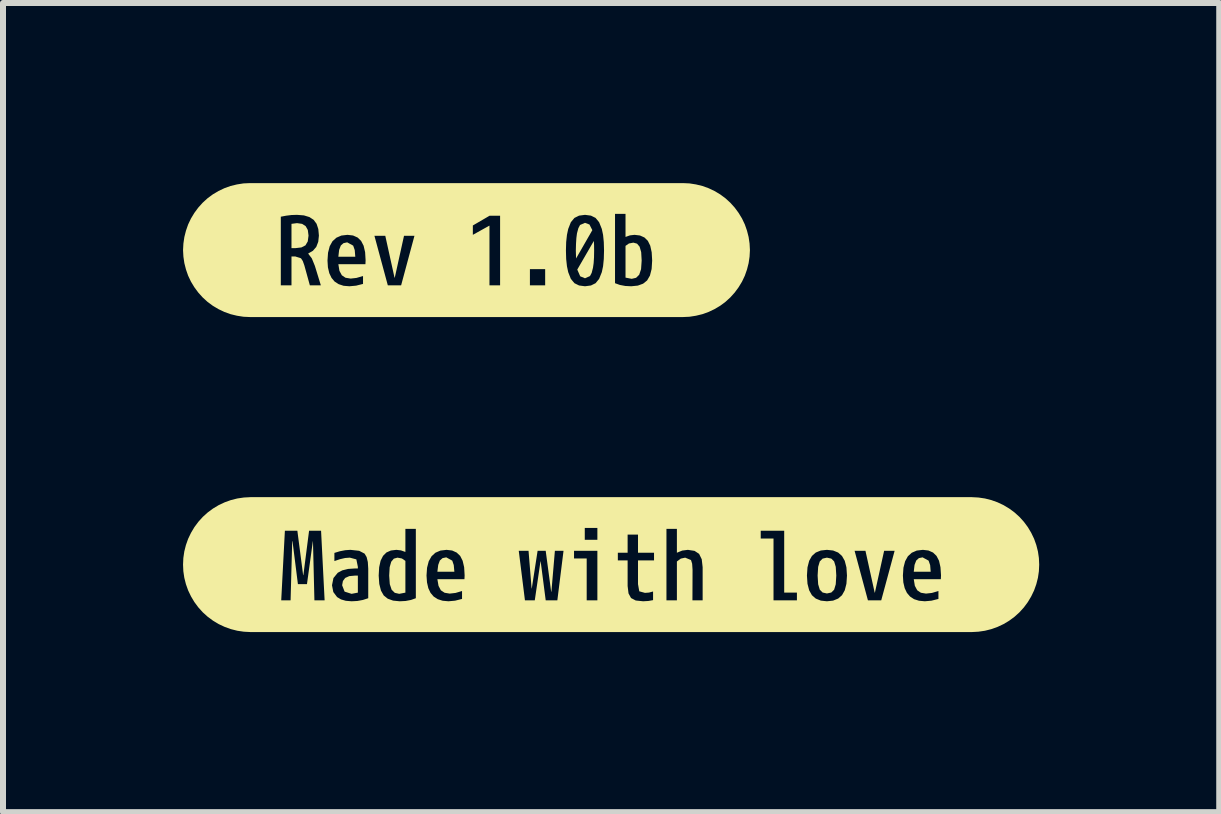
<source format=kicad_pcb>
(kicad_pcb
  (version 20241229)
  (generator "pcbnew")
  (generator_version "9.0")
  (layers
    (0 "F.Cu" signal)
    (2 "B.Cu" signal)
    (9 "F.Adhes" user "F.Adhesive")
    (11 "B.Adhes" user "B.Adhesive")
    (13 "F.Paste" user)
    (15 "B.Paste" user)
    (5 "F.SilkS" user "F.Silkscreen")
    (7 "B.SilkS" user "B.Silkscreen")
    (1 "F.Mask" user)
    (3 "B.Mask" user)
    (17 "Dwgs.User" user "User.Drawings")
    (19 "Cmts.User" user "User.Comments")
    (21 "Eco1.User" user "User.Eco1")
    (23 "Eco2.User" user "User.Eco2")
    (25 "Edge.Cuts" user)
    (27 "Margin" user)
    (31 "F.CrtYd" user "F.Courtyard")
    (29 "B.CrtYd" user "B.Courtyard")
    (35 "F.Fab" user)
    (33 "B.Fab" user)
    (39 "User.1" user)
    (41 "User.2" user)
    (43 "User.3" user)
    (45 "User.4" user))
  (footprint "kibuzzard-6302439D"
    (layer "F.Cu")
    (at 7.133 6.358)
    (property "Reference" "kibuzzard-6302439D" (at 0 -1.124 0) (layer "F.SilkS") (effects (font (size 0.001 0.001) (thickness 0.000003))))
    (attr board_only exclude_from_pos_files exclude_from_bom)
    (fp_poly (pts (xy -2.895 0.119) (xy -2.612 0.119) (xy -2.622 0.008) (xy -2.647 -0.066) (xy -2.747 -0.121) (xy -2.809 -0.108) (xy -2.854 -0.068) (xy -2.881 0.005) (xy -2.895 0.119)) (stroke (width 0) (type solid)) (fill yes) (layer "F.SilkS"))
    (fp_poly (pts (xy 5.043 0.119) (xy 5.325 0.119) (xy 5.316 0.008) (xy 5.29 -0.066) (xy 5.19 -0.121) (xy 5.128 -0.108) (xy 5.084 -0.068) (xy 5.056 0.005) (xy 5.043 0.119)) (stroke (width 0) (type solid)) (fill yes) (layer "F.SilkS"))
    (fp_poly (pts (xy -4.22 0.183) (xy -4.265 0.183) (xy -4.363 0.192) (xy -4.431 0.222) (xy -4.469 0.273) (xy -4.482 0.344) (xy -4.441 0.45) (xy -4.325 0.487) (xy -4.22 0.467) (xy -4.22 0.183)) (stroke (width 0) (type solid)) (fill yes) (layer "F.SilkS"))
    (fp_poly (pts (xy -3.531 0.487) (xy -3.428 0.467) (xy -3.428 -0.062) (xy -3.486 -0.102) (xy -3.56 -0.116) (xy -3.621 -0.099) (xy -3.664 -0.048) (xy -3.69 0.043) (xy -3.698 0.183) (xy -3.688 0.326) (xy -3.657 0.419) (xy -3.605 0.47) (xy -3.531 0.487)) (stroke (width 0) (type solid)) (fill yes) (layer "F.SilkS"))
    (fp_poly (pts (xy 3.477 0.418) (xy 3.524 0.465) (xy 3.596 0.481) (xy 3.669 0.465) (xy 3.716 0.418) (xy 3.743 0.328) (xy 3.752 0.183) (xy 3.743 0.037) (xy 3.716 -0.053) (xy 3.669 -0.1) (xy 3.596 -0.116) (xy 3.524 -0.1) (xy 3.477 -0.053) (xy 3.45 0.037) (xy 3.441 0.183) (xy 3.45 0.328) (xy 3.477 0.418)) (stroke (width 0) (type solid)) (fill yes) (layer "F.SilkS"))
    (fp_poly (pts (xy -5.497 -1.124) (xy -5.436 -0.564) (xy -5.228 -0.564) (xy -5.132 0.175) (xy -5.128 0.175) (xy -5.033 -0.564) (xy -4.833 -0.564) (xy -4.344 -0.246) (xy -4.198 -0.23) (xy -4.108 -0.183) (xy -4.074 -0.126) (xy -4.054 -0.043) (xy -4.047 0.068) (xy -3.873 0.183) (xy -3.865 0.044) (xy -3.841 -0.065) (xy -3.8 -0.146) (xy -3.744 -0.202) (xy -3.67 -0.235) (xy -3.579 -0.246) (xy -3.502 -0.237) (xy -3.428 -0.211) (xy -3.428 -0.595) (xy -3.254 -0.595) (xy -3.039 -0.056) (xy -2.992 -0.139) (xy -2.928 -0.198) (xy -2.844 -0.234) (xy -2.742 -0.246) (xy -2.649 -0.235) (xy -2.574 -0.201) (xy -2.515 -0.145) (xy -2.474 -0.064) (xy -2.449 0.044) (xy -2.441 0.179) (xy -2.444 0.243) (xy -2.895 0.243) (xy -2.876 0.354) (xy -2.837 0.428) (xy -2.775 0.469) (xy -2.69 0.483) (xy -2.592 0.472) (xy -2.484 0.44) (xy -1.436 0.595) (xy -1.539 -0.23) (xy -1.376 -0.23) (xy -1.325 0.397) (xy -1.322 0.397) (xy -1.225 -0.23) (xy -1.09 -0.23) (xy -0.999 0.452) (xy -0.995 0.452) (xy -0.937 -0.23) (xy -0.793 -0.23) (xy -0.896 0.595) (xy -1.09 0.595) (xy -1.174 -0.054) (xy -1.177 -0.054) (xy -1.272 0.595) (xy -1.436 0.595) (xy -2.484 0.44) (xy -2.484 0.572) (xy -2.6 0.601) (xy -2.711 0.611) (xy -2.808 0.602) (xy -2.889 0.576) (xy -2.957 0.532) (xy -3.009 0.471) (xy -3.046 0.393) (xy -3.068 0.296) (xy -3.076 0.183) (xy -3.067 0.052) (xy -3.039 -0.056) (xy -3.254 -0.595) (xy -3.254 0.56) (xy -3.335 0.589) (xy -3.425 0.606) (xy -3.523 0.611) (xy -3.633 0.6) (xy -3.722 0.568) (xy -3.789 0.514) (xy -3.835 0.433) (xy -3.863 0.323) (xy -3.873 0.183) (xy -4.047 0.068) (xy -4.047 0.56) (xy -4.136 0.589) (xy -4.229 0.606) (xy -4.325 0.611) (xy -4.421 0.603) (xy -4.501 0.58) (xy -4.566 0.541) (xy -4.629 0.457) (xy -4.651 0.344) (xy -4.627 0.224) (xy -4.555 0.136) (xy -4.48 0.096) (xy -4.383 0.072) (xy -4.265 0.064) (xy -4.22 0.064) (xy -4.22 0.037) (xy -4.245 -0.087) (xy -4.354 -0.116) (xy -4.433 -0.11) (xy -4.519 -0.09) (xy -4.611 -0.059) (xy -4.611 -0.195) (xy -4.518 -0.223) (xy -4.43 -0.24) (xy -4.344 -0.246) (xy -4.833 -0.564) (xy -4.774 0.595) (xy -4.944 0.595) (xy -4.968 -0.389) (xy -4.97 -0.389) (xy -5.068 0.325) (xy -5.219 0.325) (xy -5.309 -0.389) (xy -5.314 -0.389) (xy -5.341 0.595) (xy -5.497 0.595) (xy -5.436 -0.564) (xy -5.497 -1.124) (xy -6.009 -1.124) (xy -6.12 -1.118) (xy -6.229 -1.102) (xy -6.336 -1.075) (xy -6.439 -1.038) (xy -6.539 -0.991) (xy -6.634 -0.934) (xy -6.722 -0.869) (xy -6.804 -0.795) (xy -6.878 -0.713) (xy -6.944 -0.624) (xy -7 -0.53) (xy -7.048 -0.43) (xy -7.085 -0.326) (xy -7.112 -0.219) (xy -7.128 -0.11) (xy -7.133 0) (xy -7.128 0.11) (xy -7.112 0.219) (xy -7.085 0.326) (xy -7.048 0.43) (xy -7 0.53) (xy -6.944 0.624) (xy -6.878 0.713) (xy -6.804 0.795) (xy -6.722 0.869) (xy -6.634 0.934) (xy -6.539 0.991) (xy -6.439 1.038) (xy -6.336 1.075) (xy -6.229 1.102) (xy -6.12 1.118) (xy -6.009 1.124) (xy -5.497 1.124) (xy 5.497 1.124) (xy -0.229 0.595) (xy -0.407 0.595) (xy -0.407 -0.102) (xy -0.618 -0.102) (xy -0.618 -0.23) (xy -0.229 -0.23) (xy 0.275 -0.198) (xy 0.275 -0.5) (xy 0.448 -0.5) (xy 0.448 -0.198) (xy 0.715 -0.198) (xy 0.922 0.595) (xy 0.922 -0.595) (xy 1.096 -0.595) (xy 1.096 -0.198) (xy 1.185 -0.234) (xy 1.279 -0.246) (xy 1.39 -0.229) (xy 1.466 -0.179) (xy 1.51 -0.089) (xy 1.525 0.043) (xy 1.525 0.595) (xy 1.355 0.595) (xy 1.357 0.087) (xy 1.35 -0.015) (xy 1.331 -0.076) (xy 1.234 -0.116) (xy 1.161 -0.1) (xy 1.096 -0.052) (xy 1.096 0.595) (xy 0.922 0.595) (xy 0.715 -0.198) (xy 0.715 -0.07) (xy 0.448 -0.07) (xy 0.448 0.325) (xy 0.469 0.445) (xy 0.564 0.471) (xy 0.631 0.466) (xy 0.699 0.448) (xy 0.699 0.592) (xy 0.62 0.606) (xy 0.533 0.611) (xy 0.41 0.598) (xy 0.332 0.557) (xy 0.29 0.48) (xy 0.275 0.357) (xy 0.275 -0.07) (xy 0.112 -0.07) (xy 0.112 -0.198) (xy 0.275 -0.198) (xy -0.229 -0.23) (xy -0.229 0.595) (xy 5.497 1.124) (xy 6.009 1.124) (xy 3.096 0.595) (xy 2.706 0.595) (xy 2.706 -0.435) (xy 2.493 -0.435) (xy 2.493 -0.564) (xy 2.884 -0.564) (xy 3.346 -0.144) (xy 3.41 -0.201) (xy 3.494 -0.235) (xy 3.596 -0.246) (xy 3.699 -0.235) (xy 3.783 -0.201) (xy 3.847 -0.144) (xy 3.893 -0.063) (xy 3.921 0.046) (xy 3.93 0.183) (xy 3.921 0.319) (xy 3.893 0.428) (xy 3.847 0.51) (xy 3.783 0.566) (xy 3.699 0.6) (xy 3.596 0.611) (xy 3.494 0.6) (xy 3.41 0.566) (xy 3.346 0.51) (xy 3.3 0.428) (xy 3.272 0.319) (xy 3.263 0.183) (xy 3.272 0.046) (xy 3.3 -0.063) (xy 3.346 -0.144) (xy 2.884 -0.564) (xy 2.884 0.467) (xy 3.096 0.467) (xy 3.096 0.595) (xy 6.009 1.124) (xy 6.12 1.118) (xy 4.501 0.595) (xy 4.279 0.595) (xy 4.057 -0.23) (xy 4.238 -0.23) (xy 4.392 0.468) (xy 4.395 0.468) (xy 4.549 -0.23) (xy 4.724 -0.23) (xy 4.501 0.595) (xy 6.12 1.118) (xy 6.229 1.102) (xy 5.454 0.44) (xy 5.454 0.572) (xy 5.338 0.601) (xy 5.227 0.611) (xy 5.13 0.602) (xy 5.048 0.576) (xy 4.981 0.532) (xy 4.929 0.471) (xy 4.892 0.393) (xy 4.869 0.296) (xy 4.862 0.183) (xy 4.871 0.052) (xy 4.899 -0.056) (xy 4.945 -0.139) (xy 5.01 -0.198) (xy 5.093 -0.234) (xy 5.195 -0.246) (xy 5.288 -0.235) (xy 5.364 -0.201) (xy 5.422 -0.145) (xy 5.464 -0.064) (xy 5.488 0.044) (xy 5.497 0.179) (xy 5.494 0.243) (xy 5.043 0.243) (xy 5.061 0.354) (xy 5.101 0.428) (xy 5.162 0.469) (xy 5.247 0.483) (xy 5.345 0.472) (xy 5.454 0.44) (xy 6.229 1.102) (xy 6.336 1.075) (xy 6.439 1.038) (xy 6.539 0.991) (xy 6.634 0.934) (xy 6.722 0.869) (xy 6.804 0.795) (xy 6.878 0.713) (xy 6.944 0.624) (xy 7 0.53) (xy 7.048 0.43) (xy 7.085 0.326) (xy 7.112 0.219) (xy 7.128 0.11) (xy 7.133 0) (xy 7.128 -0.11) (xy 7.112 -0.219) (xy 7.085 -0.326) (xy 7.048 -0.43) (xy 7 -0.53) (xy -0.229 -0.611) (xy -0.229 -0.413) (xy -0.439 -0.413) (xy -0.439 -0.611) (xy -0.229 -0.611) (xy 7 -0.53) (xy 6.944 -0.624) (xy 6.878 -0.713) (xy 6.804 -0.795) (xy 6.722 -0.869) (xy 6.634 -0.934) (xy 6.539 -0.991) (xy 6.439 -1.038) (xy 6.336 -1.075) (xy 6.229 -1.102) (xy 6.12 -1.118) (xy 6.009 -1.124) (xy 5.497 -1.124) (xy -5.497 -1.124)) (stroke (width 0) (type solid)) (fill yes) (layer "F.SilkS")))
  (footprint "kibuzzard-6387AB42"
    (layer "F.Cu")
    (at 4.723 1.117)
    (property "Reference" "kibuzzard-6387AB42" (at 0 -1.116 0) (layer "F.SilkS") (effects (font (size 0.001 0.001) (thickness 0.000003))))
    (attr board_only exclude_from_pos_files exclude_from_bom)
    (fp_poly (pts (xy -2.135 0.111) (xy -1.853 0.111) (xy -1.862 -0.000198) (xy -1.888 -0.074) (xy -1.988 -0.129) (xy -2.05 -0.115) (xy -2.094 -0.076) (xy -2.122 -0.003) (xy -2.135 0.111)) (stroke (width 0) (type solid)) (fill yes) (layer "F.SilkS"))
    (fp_poly (pts (xy 1.826 0.14) (xy 2.097 -0.332) (xy 2.049 -0.426) (xy 1.975 -0.454) (xy 1.892 -0.418) (xy 1.864 -0.364) (xy 1.841 -0.278) (xy 1.831 -0.2) (xy 1.825 -0.105) (xy 1.822 0.008) (xy 1.826 0.14)) (stroke (width 0) (type solid)) (fill yes) (layer "F.SilkS"))
    (fp_poly (pts (xy -2.916 -0.032) (xy -2.854 -0.032) (xy -2.751 -0.044) (xy -2.683 -0.079) (xy -2.645 -0.144) (xy -2.632 -0.241) (xy -2.644 -0.335) (xy -2.68 -0.399) (xy -2.74 -0.437) (xy -2.824 -0.449) (xy -2.916 -0.437) (xy -2.916 -0.032)) (stroke (width 0) (type solid)) (fill yes) (layer "F.SilkS"))
    (fp_poly (pts (xy 1.846 0.325) (xy 1.895 0.437) (xy 1.975 0.47) (xy 2.058 0.433) (xy 2.086 0.38) (xy 2.108 0.294) (xy 2.119 0.216) (xy 2.125 0.121) (xy 2.127 0.008) (xy 2.126 -0.078) (xy 2.122 -0.152) (xy 1.846 0.325)) (stroke (width 0) (type solid)) (fill yes) (layer "F.SilkS"))
    (fp_poly (pts (xy 2.919 0.175) (xy 2.911 0.035) (xy 2.885 -0.056) (xy 2.842 -0.107) (xy 2.781 -0.124) (xy 2.707 -0.11) (xy 2.65 -0.07) (xy 2.65 0.459) (xy 2.753 0.479) (xy 2.826 0.462) (xy 2.878 0.411) (xy 2.909 0.318) (xy 2.919 0.175)) (stroke (width 0) (type solid)) (fill yes) (layer "F.SilkS"))
    (fp_poly (pts (xy -3.094 -1.116) (xy -2.709 -0.578) (xy -2.617 -0.55) (xy -2.547 -0.504) (xy -2.498 -0.438) (xy -2.469 -0.35) (xy -2.459 -0.241) (xy -2.47 -0.138) (xy -2.316 0.175) (xy -2.307 0.044) (xy -2.279 -0.064) (xy -2.233 -0.147) (xy -2.168 -0.206) (xy -2.085 -0.242) (xy -1.983 -0.254) (xy -1.89 -0.243) (xy -1.814 -0.209) (xy -1.756 -0.153) (xy -1.714 -0.072) (xy -1.689 0.036) (xy -1.311 0.587) (xy -1.534 -0.238) (xy -1.353 -0.238) (xy -1.199 0.46) (xy -1.195 0.46) (xy -1.041 -0.238) (xy -0.867 -0.238) (xy 0.383 0.587) (xy 0.383 -0.405) (xy 0.379 -0.406) (xy 0.106 -0.254) (xy 0.106 -0.41) (xy 0.384 -0.572) (xy 0.56 -0.572) (xy 1.799 -0.536) (xy 1.876 -0.574) (xy 1.975 -0.587) (xy 2.074 -0.574) (xy 2.151 -0.536) (xy 2.21 -0.464) (xy 2.255 -0.352) (xy 2.276 -0.253) (xy 2.288 -0.133) (xy 2.292 0.008) (xy 2.288 0.149) (xy 2.276 0.269) (xy 2.255 0.368) (xy 2.21 0.48) (xy 2.151 0.552) (xy 2.074 0.59) (xy 1.975 0.603) (xy 1.876 0.59) (xy 1.799 0.552) (xy 1.739 0.48) (xy 1.695 0.368) (xy 1.674 0.269) (xy 1.661 0.149) (xy 1.657 0.008) (xy 1.661 -0.133) (xy 1.674 -0.253) (xy 1.695 -0.352) (xy 1.739 -0.464) (xy 1.799 -0.536) (xy 0.56 -0.572) (xy 0.56 0.587) (xy 0.383 0.587) (xy -0.867 -0.238) (xy -1.089 0.587) (xy -1.311 0.587) (xy -1.689 0.036) (xy -1.681 0.171) (xy -1.684 0.235) (xy -2.135 0.235) (xy -2.117 0.346) (xy -2.077 0.42) (xy -2.016 0.461) (xy -1.93 0.475) (xy -1.833 0.464) (xy -1.724 0.432) (xy -1.724 0.564) (xy -1.84 0.593) (xy -1.951 0.603) (xy -2.048 0.595) (xy -2.13 0.568) (xy -2.197 0.525) (xy -2.249 0.463) (xy -2.286 0.385) (xy -2.309 0.288) (xy -2.316 0.175) (xy -2.47 -0.138) (xy -2.503 -0.053) (xy -2.559 0.012) (xy -2.637 0.057) (xy -2.637 0.06) (xy -2.577 0.139) (xy -2.526 0.264) (xy -2.427 0.587) (xy -2.61 0.587) (xy -2.702 0.254) (xy -2.728 0.182) (xy -2.758 0.137) (xy -2.854 0.106) (xy -2.916 0.106) (xy -2.916 0.587) (xy -3.094 0.587) (xy -3.094 -0.556) (xy -3.005 -0.573) (xy -2.916 -0.584) (xy -2.824 -0.587) (xy -2.709 -0.578) (xy -3.094 -1.116) (xy -3.607 -1.116) (xy -3.716 -1.111) (xy -3.824 -1.094) (xy -3.931 -1.068) (xy -4.034 -1.031) (xy -4.133 -0.984) (xy -4.227 -0.928) (xy -4.315 -0.863) (xy -4.396 -0.789) (xy -4.469 -0.708) (xy -4.534 -0.62) (xy -4.591 -0.526) (xy -4.638 -0.427) (xy -4.674 -0.324) (xy -4.701 -0.218) (xy -4.717 -0.109) (xy -4.723 0) (xy -4.717 0.109) (xy -4.701 0.218) (xy -4.674 0.324) (xy -4.638 0.427) (xy -4.591 0.526) (xy -4.534 0.62) (xy 1.057 0.587) (xy 1.057 0.318) (xy 1.311 0.318) (xy 1.311 0.587) (xy 1.057 0.587) (xy -4.534 0.62) (xy -4.469 0.708) (xy -4.396 0.789) (xy -4.315 0.863) (xy -4.227 0.928) (xy -4.133 0.984) (xy -4.034 1.031) (xy -3.931 1.068) (xy -3.824 1.094) (xy -3.716 1.111) (xy -3.607 1.116) (xy -3.094 1.116) (xy 3.094 1.116) (xy 3.094 0.175) (xy 3.085 0.315) (xy 3.057 0.425) (xy 3.01 0.506) (xy 2.943 0.56) (xy 2.855 0.592) (xy 2.745 0.603) (xy 2.646 0.598) (xy 2.556 0.581) (xy 2.475 0.552) (xy 2.475 -0.603) (xy 2.65 -0.603) (xy 2.65 -0.219) (xy 2.723 -0.245) (xy 2.8 -0.254) (xy 2.891 -0.243) (xy 2.965 -0.21) (xy 3.022 -0.154) (xy 3.062 -0.073) (xy 3.086 0.037) (xy 3.094 0.175) (xy 3.094 1.116) (xy 3.607 1.116) (xy 3.716 1.111) (xy 3.824 1.094) (xy 3.931 1.068) (xy 4.034 1.031) (xy 4.133 0.984) (xy 4.227 0.928) (xy 4.315 0.863) (xy 4.396 0.789) (xy 4.469 0.708) (xy 4.534 0.62) (xy 4.591 0.526) (xy 4.638 0.427) (xy 4.674 0.324) (xy 4.701 0.218) (xy 4.717 0.109) (xy 4.723 0) (xy 4.717 -0.109) (xy 4.701 -0.218) (xy 4.674 -0.324) (xy 4.638 -0.427) (xy 4.591 -0.526) (xy 4.534 -0.62) (xy 4.469 -0.708) (xy 4.396 -0.789) (xy 4.315 -0.863) (xy 4.227 -0.928) (xy 4.133 -0.984) (xy 4.034 -1.031) (xy 3.931 -1.068) (xy 3.824 -1.094) (xy 3.716 -1.111) (xy 3.607 -1.116) (xy 3.094 -1.116) (xy -3.094 -1.116)) (stroke (width 0) (type solid)) (fill yes) (layer "F.SilkS")))
  (gr_rect
    (start -3 -3)
    (end 17.266 10.482)
    (stroke (width 0.1) (type default))
    (fill no)
    (layer "Edge.Cuts")))
</source>
